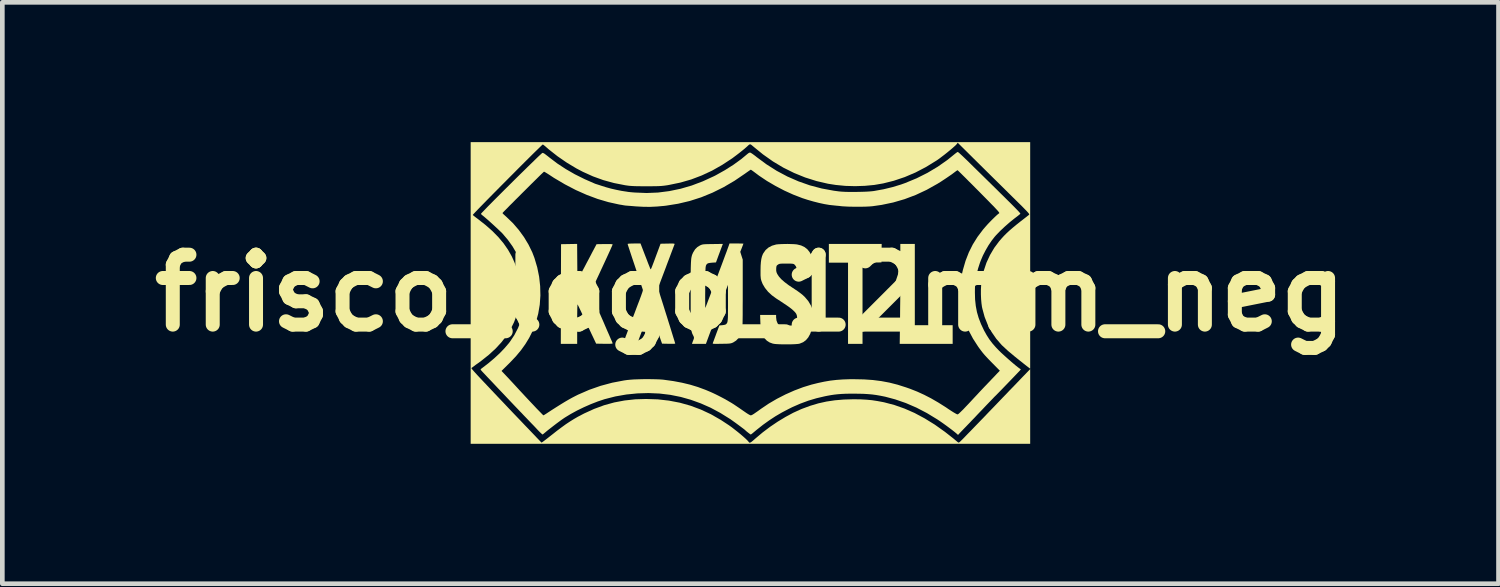
<source format=kicad_pcb>
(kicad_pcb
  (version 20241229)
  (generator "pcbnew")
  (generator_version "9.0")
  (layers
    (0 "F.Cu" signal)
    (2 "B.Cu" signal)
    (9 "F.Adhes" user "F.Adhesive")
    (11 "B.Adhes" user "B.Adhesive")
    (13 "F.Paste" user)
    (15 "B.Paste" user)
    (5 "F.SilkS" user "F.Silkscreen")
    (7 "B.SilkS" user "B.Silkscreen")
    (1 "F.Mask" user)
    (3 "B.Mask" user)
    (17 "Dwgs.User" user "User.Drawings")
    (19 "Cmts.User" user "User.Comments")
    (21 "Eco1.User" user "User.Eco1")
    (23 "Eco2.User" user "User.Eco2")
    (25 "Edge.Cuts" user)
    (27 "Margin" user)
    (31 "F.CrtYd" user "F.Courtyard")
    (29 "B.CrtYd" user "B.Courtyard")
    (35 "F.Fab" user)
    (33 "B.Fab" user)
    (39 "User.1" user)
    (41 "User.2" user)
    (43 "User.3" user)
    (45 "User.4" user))
  (footprint "frisco_logo_12mm_neg"
    (layer "F.Cu")
    (at 13.05 3.236)
    (property "Reference" "frisco_logo_12mm_neg" (at 0 0 0) (layer "F.SilkS") (effects (font (size 1.5 1.5) (thickness 0.3))))
    (attr board_only exclude_from_pos_files exclude_from_bom)
    (fp_poly (pts (xy 2.813 -0.854) (xy 2.811 -0.656) (xy 2.608 -0.654) (xy 2.405 -0.651) (xy 2.405 0.221) (xy 2.405 1.092) (xy 2.249 1.092) (xy 2.094 1.092) (xy 2.094 0.22) (xy 2.094 -0.651) (xy 1.889 -0.651) (xy 1.683 -0.651) (xy 1.683 -0.852) (xy 1.683 -1.052) (xy 2.25 -1.052) (xy 2.816 -1.052)) (stroke (width 0) (type solid)) (fill yes) (layer "F.SilkS"))
    (fp_poly (pts (xy 3.527 -0.18) (xy 3.527 0.691) (xy 3.933 0.691) (xy 4.339 0.691) (xy 4.339 0.892) (xy 4.339 1.092) (xy 3.771 1.092) (xy 3.203 1.092) (xy 3.21 0.574) (xy 3.211 0.453) (xy 3.212 0.318) (xy 3.214 0.172) (xy 3.215 0.021) (xy 3.215 -0.13) (xy 3.216 -0.276) (xy 3.216 -0.413) (xy 3.216 -0.498) (xy 3.216 -1.052) (xy 3.372 -1.052) (xy 3.527 -1.052)) (stroke (width 0) (type solid)) (fill yes) (layer "F.SilkS"))
    (fp_poly (pts (xy -3.715 -0.66) (xy -3.712 -0.268) (xy -3.597 -0.487) (xy -3.558 -0.56) (xy -3.516 -0.641) (xy -3.473 -0.721) (xy -3.433 -0.797) (xy -3.399 -0.863) (xy -3.392 -0.876) (xy -3.301 -1.047) (xy -3.129 -1.05) (xy -3.057 -1.05) (xy -3.006 -1.05) (xy -2.972 -1.047) (xy -2.957 -1.044) (xy -2.956 -1.042) (xy -2.96 -1.031) (xy -2.972 -1.003) (xy -2.99 -0.962) (xy -3.014 -0.908) (xy -3.043 -0.845) (xy -3.076 -0.773) (xy -3.112 -0.695) (xy -3.122 -0.673) (xy -3.162 -0.587) (xy -3.203 -0.499) (xy -3.242 -0.414) (xy -3.279 -0.335) (xy -3.312 -0.264) (xy -3.339 -0.205) (xy -3.359 -0.164) (xy -3.429 -0.012) (xy -3.296 0.292) (xy -3.26 0.376) (xy -3.222 0.463) (xy -3.184 0.55) (xy -3.148 0.632) (xy -3.117 0.705) (xy -3.091 0.765) (xy -3.086 0.777) (xy -3.06 0.837) (xy -3.034 0.895) (xy -3.012 0.947) (xy -2.994 0.989) (xy -2.982 1.015) (xy -2.968 1.047) (xy -2.959 1.071) (xy -2.956 1.083) (xy -2.966 1.086) (xy -2.994 1.089) (xy -3.041 1.09) (xy -3.103 1.09) (xy -3.133 1.09) (xy -3.31 1.087) (xy -3.386 0.926) (xy -3.412 0.872) (xy -3.444 0.803) (xy -3.48 0.726) (xy -3.518 0.645) (xy -3.556 0.565) (xy -3.581 0.511) (xy -3.612 0.444) (xy -3.641 0.383) (xy -3.666 0.331) (xy -3.686 0.289) (xy -3.701 0.26) (xy -3.708 0.246) (xy -3.709 0.246) (xy -3.711 0.254) (xy -3.712 0.279) (xy -3.714 0.322) (xy -3.715 0.379) (xy -3.716 0.449) (xy -3.717 0.53) (xy -3.717 0.62) (xy -3.717 0.664) (xy -3.717 1.092) (xy -3.893 1.092) (xy -4.068 1.092) (xy -4.066 0.023) (xy -4.063 -1.047) (xy -3.89 -1.05) (xy -3.718 -1.053)) (stroke (width 0) (type solid)) (fill yes) (layer "F.SilkS"))
    (fp_poly (pts (xy -2.255 -0.794) (xy -2.228 -0.725) (xy -2.204 -0.661) (xy -2.182 -0.605) (xy -2.164 -0.56) (xy -2.152 -0.529) (xy -2.145 -0.513) (xy -2.145 -0.512) (xy -2.142 -0.509) (xy -2.139 -0.509) (xy -2.135 -0.514) (xy -2.129 -0.525) (xy -2.12 -0.545) (xy -2.108 -0.575) (xy -2.092 -0.617) (xy -2.071 -0.672) (xy -2.045 -0.742) (xy -2.013 -0.829) (xy -2.006 -0.847) (xy -1.928 -1.057) (xy -1.774 -1.06) (xy -1.716 -1.061) (xy -1.675 -1.061) (xy -1.648 -1.06) (xy -1.633 -1.057) (xy -1.627 -1.053) (xy -1.627 -1.047) (xy -1.628 -1.045) (xy -1.633 -1.032) (xy -1.644 -1.003) (xy -1.661 -0.958) (xy -1.683 -0.9) (xy -1.709 -0.831) (xy -1.738 -0.753) (xy -1.771 -0.667) (xy -1.805 -0.576) (xy -1.809 -0.564) (xy -1.984 -0.102) (xy -1.945 0.022) (xy -1.904 0.151) (xy -1.864 0.277) (xy -1.826 0.399) (xy -1.789 0.516) (xy -1.755 0.626) (xy -1.723 0.727) (xy -1.695 0.819) (xy -1.67 0.9) (xy -1.649 0.968) (xy -1.632 1.022) (xy -1.621 1.06) (xy -1.614 1.082) (xy -1.613 1.086) (xy -1.623 1.088) (xy -1.648 1.09) (xy -1.687 1.09) (xy -1.735 1.09) (xy -1.755 1.09) (xy -1.896 1.087) (xy -1.938 0.967) (xy -1.954 0.922) (xy -1.975 0.863) (xy -2 0.794) (xy -2.026 0.719) (xy -2.052 0.645) (xy -2.064 0.611) (xy -2.087 0.546) (xy -2.108 0.487) (xy -2.126 0.438) (xy -2.141 0.399) (xy -2.15 0.375) (xy -2.154 0.368) (xy -2.159 0.374) (xy -2.17 0.396) (xy -2.185 0.43) (xy -2.202 0.474) (xy -2.207 0.488) (xy -2.225 0.539) (xy -2.249 0.602) (xy -2.275 0.674) (xy -2.302 0.748) (xy -2.329 0.818) (xy -2.33 0.822) (xy -2.353 0.884) (xy -2.375 0.942) (xy -2.393 0.992) (xy -2.407 1.031) (xy -2.416 1.055) (xy -2.417 1.06) (xy -2.428 1.092) (xy -2.582 1.092) (xy -2.735 1.092) (xy -2.701 0.999) (xy -2.689 0.969) (xy -2.672 0.922) (xy -2.649 0.862) (xy -2.623 0.792) (xy -2.593 0.714) (xy -2.562 0.631) (xy -2.53 0.546) (xy -2.53 0.546) (xy -2.484 0.426) (xy -2.445 0.322) (xy -2.412 0.235) (xy -2.384 0.163) (xy -2.362 0.103) (xy -2.344 0.055) (xy -2.331 0.017) (xy -2.321 -0.011) (xy -2.314 -0.033) (xy -2.31 -0.048) (xy -2.308 -0.059) (xy -2.308 -0.066) (xy -2.309 -0.072) (xy -2.311 -0.077) (xy -2.313 -0.083) (xy -2.318 -0.099) (xy -2.329 -0.132) (xy -2.345 -0.179) (xy -2.365 -0.24) (xy -2.389 -0.312) (xy -2.416 -0.393) (xy -2.446 -0.48) (xy -2.477 -0.573) (xy -2.479 -0.579) (xy -2.51 -0.671) (xy -2.539 -0.757) (xy -2.565 -0.836) (xy -2.588 -0.906) (xy -2.607 -0.964) (xy -2.622 -1.009) (xy -2.631 -1.039) (xy -2.635 -1.052) (xy -2.635 -1.052) (xy -2.625 -1.056) (xy -2.597 -1.059) (xy -2.553 -1.061) (xy -2.496 -1.062) (xy -2.358 -1.062)) (stroke (width 0) (type solid)) (fill yes) (layer "F.SilkS"))
    (fp_poly (pts (xy 0.868 -1.05) (xy 0.931 -1.048) (xy 0.981 -1.044) (xy 1.002 -1.041) (xy 1.087 -1.02) (xy 1.161 -0.985) (xy 1.221 -0.938) (xy 1.226 -0.932) (xy 1.267 -0.881) (xy 1.299 -0.824) (xy 1.321 -0.759) (xy 1.335 -0.683) (xy 1.342 -0.592) (xy 1.343 -0.535) (xy 1.343 -0.402) (xy 1.194 -0.399) (xy 1.14 -0.398) (xy 1.093 -0.398) (xy 1.056 -0.398) (xy 1.034 -0.398) (xy 1.029 -0.399) (xy 1.018 -0.41) (xy 1.01 -0.439) (xy 1.007 -0.459) (xy 0.994 -0.525) (xy 0.973 -0.577) (xy 0.945 -0.611) (xy 0.944 -0.611) (xy 0.933 -0.619) (xy 0.918 -0.625) (xy 0.897 -0.628) (xy 0.866 -0.63) (xy 0.821 -0.631) (xy 0.772 -0.631) (xy 0.714 -0.631) (xy 0.672 -0.63) (xy 0.643 -0.628) (xy 0.622 -0.624) (xy 0.606 -0.618) (xy 0.592 -0.609) (xy 0.59 -0.608) (xy 0.571 -0.594) (xy 0.561 -0.58) (xy 0.556 -0.558) (xy 0.553 -0.524) (xy 0.553 -0.522) (xy 0.553 -0.48) (xy 0.559 -0.447) (xy 0.573 -0.413) (xy 0.578 -0.404) (xy 0.612 -0.352) (xy 0.664 -0.294) (xy 0.734 -0.233) (xy 0.82 -0.168) (xy 0.889 -0.122) (xy 0.957 -0.077) (xy 1.011 -0.041) (xy 1.054 -0.01) (xy 1.088 0.016) (xy 1.118 0.04) (xy 1.145 0.065) (xy 1.168 0.087) (xy 1.241 0.173) (xy 1.297 0.267) (xy 1.314 0.306) (xy 1.322 0.329) (xy 1.329 0.352) (xy 1.333 0.377) (xy 1.336 0.409) (xy 1.337 0.452) (xy 1.337 0.509) (xy 1.337 0.536) (xy 1.337 0.603) (xy 1.336 0.654) (xy 1.333 0.694) (xy 1.328 0.727) (xy 1.322 0.759) (xy 1.315 0.785) (xy 1.282 0.878) (xy 1.241 0.953) (xy 1.191 1.012) (xy 1.131 1.056) (xy 1.06 1.085) (xy 1.051 1.088) (xy 1.019 1.093) (xy 0.971 1.097) (xy 0.912 1.1) (xy 0.844 1.102) (xy 0.771 1.102) (xy 0.699 1.102) (xy 0.63 1.1) (xy 0.569 1.097) (xy 0.52 1.093) (xy 0.486 1.087) (xy 0.483 1.087) (xy 0.411 1.061) (xy 0.354 1.025) (xy 0.307 0.976) (xy 0.291 0.954) (xy 0.264 0.908) (xy 0.244 0.858) (xy 0.229 0.802) (xy 0.22 0.734) (xy 0.214 0.651) (xy 0.213 0.624) (xy 0.208 0.471) (xy 0.379 0.471) (xy 0.551 0.471) (xy 0.551 0.519) (xy 0.559 0.59) (xy 0.581 0.647) (xy 0.598 0.672) (xy 0.624 0.703) (xy 0.794 0.7) (xy 0.863 0.698) (xy 0.915 0.695) (xy 0.952 0.69) (xy 0.977 0.68) (xy 0.992 0.664) (xy 0.999 0.64) (xy 1.002 0.606) (xy 1.002 0.565) (xy 1.001 0.514) (xy 0.994 0.475) (xy 0.981 0.444) (xy 0.958 0.413) (xy 0.922 0.377) (xy 0.91 0.366) (xy 0.889 0.347) (xy 0.866 0.329) (xy 0.84 0.309) (xy 0.808 0.286) (xy 0.769 0.259) (xy 0.719 0.226) (xy 0.658 0.185) (xy 0.582 0.136) (xy 0.554 0.118) (xy 0.46 0.049) (xy 0.378 -0.027) (xy 0.312 -0.109) (xy 0.262 -0.193) (xy 0.238 -0.254) (xy 0.229 -0.283) (xy 0.223 -0.31) (xy 0.22 -0.34) (xy 0.217 -0.377) (xy 0.217 -0.425) (xy 0.217 -0.488) (xy 0.217 -0.496) (xy 0.219 -0.589) (xy 0.225 -0.666) (xy 0.234 -0.729) (xy 0.247 -0.783) (xy 0.265 -0.83) (xy 0.277 -0.853) (xy 0.325 -0.921) (xy 0.387 -0.975) (xy 0.463 -1.015) (xy 0.55 -1.04) (xy 0.561 -1.042) (xy 0.604 -1.046) (xy 0.661 -1.049) (xy 0.728 -1.051) (xy 0.798 -1.052)) (stroke (width 0) (type solid)) (fill yes) (layer "F.SilkS"))
    (fp_poly (pts (xy -0.248 -1.062) (xy -0.203 -1.061) (xy -0.171 -1.06) (xy -0.153 -1.059) (xy -0.15 -1.059) (xy -0.154 -1.049) (xy -0.163 -1.024) (xy -0.176 -0.99) (xy -0.184 -0.969) (xy -0.218 -0.883) (xy -0.192 -0.8) (xy -0.165 -0.716) (xy -0.165 0.015) (xy -0.165 0.155) (xy -0.166 0.277) (xy -0.166 0.381) (xy -0.166 0.47) (xy -0.167 0.544) (xy -0.168 0.606) (xy -0.169 0.657) (xy -0.17 0.697) (xy -0.171 0.73) (xy -0.173 0.756) (xy -0.176 0.776) (xy -0.179 0.792) (xy -0.182 0.806) (xy -0.183 0.809) (xy -0.214 0.896) (xy -0.255 0.967) (xy -0.308 1.022) (xy -0.371 1.062) (xy -0.376 1.064) (xy -0.395 1.072) (xy -0.414 1.078) (xy -0.437 1.083) (xy -0.467 1.086) (xy -0.507 1.088) (xy -0.561 1.089) (xy -0.62 1.09) (xy -0.687 1.091) (xy -0.736 1.092) (xy -0.771 1.091) (xy -0.792 1.09) (xy -0.804 1.087) (xy -0.809 1.083) (xy -0.808 1.077) (xy -0.807 1.076) (xy -0.802 1.06) (xy -0.79 1.03) (xy -0.775 0.989) (xy -0.757 0.94) (xy -0.75 0.922) (xy -0.731 0.869) (xy -0.712 0.819) (xy -0.696 0.776) (xy -0.685 0.746) (xy -0.683 0.741) (xy -0.665 0.696) (xy -0.605 0.691) (xy -0.569 0.686) (xy -0.54 0.679) (xy -0.527 0.672) (xy -0.516 0.662) (xy -0.506 0.651) (xy -0.499 0.638) (xy -0.493 0.62) (xy -0.489 0.596) (xy -0.486 0.563) (xy -0.483 0.52) (xy -0.482 0.464) (xy -0.482 0.394) (xy -0.481 0.307) (xy -0.481 0.213) (xy -0.482 -0.175) (xy -0.645 0.261) (xy -0.682 0.358) (xy -0.719 0.458) (xy -0.756 0.555) (xy -0.79 0.649) (xy -0.822 0.734) (xy -0.85 0.809) (xy -0.873 0.87) (xy -0.882 0.894) (xy -0.955 1.092) (xy -1.104 1.092) (xy -1.254 1.092) (xy -1.247 1.07) (xy -1.239 1.046) (xy -1.227 1.015) (xy -1.222 1.003) (xy -1.213 0.976) (xy -1.211 0.957) (xy -1.216 0.937) (xy -1.229 0.91) (xy -1.239 0.89) (xy -1.248 0.871) (xy -1.255 0.85) (xy -1.261 0.828) (xy -1.266 0.801) (xy -1.27 0.769) (xy -1.274 0.73) (xy -1.277 0.683) (xy -1.279 0.625) (xy -1.28 0.557) (xy -1.281 0.475) (xy -1.282 0.379) (xy -1.282 0.267) (xy -1.282 0.138) (xy -1.282 0.023) (xy -1.282 -0.121) (xy -1.282 -0.247) (xy -1.282 -0.356) (xy -1.281 -0.449) (xy -1.28 -0.528) (xy -1.278 -0.595) (xy -1.276 -0.65) (xy -1.273 -0.696) (xy -1.27 -0.734) (xy -1.265 -0.765) (xy -1.259 -0.791) (xy -1.253 -0.814) (xy -1.245 -0.834) (xy -1.236 -0.854) (xy -1.228 -0.871) (xy -1.188 -0.936) (xy -1.14 -0.984) (xy -1.084 -1.019) (xy -1.065 -1.028) (xy -1.047 -1.035) (xy -1.029 -1.04) (xy -1.006 -1.044) (xy -0.975 -1.046) (xy -0.934 -1.048) (xy -0.878 -1.049) (xy -0.809 -1.05) (xy -0.591 -1.053) (xy -0.606 -1.015) (xy -0.614 -0.993) (xy -0.628 -0.956) (xy -0.646 -0.908) (xy -0.666 -0.854) (xy -0.68 -0.817) (xy -0.739 -0.656) (xy -0.818 -0.651) (xy -0.867 -0.646) (xy -0.9 -0.64) (xy -0.922 -0.631) (xy -0.938 -0.617) (xy -0.95 -0.597) (xy -0.954 -0.588) (xy -0.957 -0.576) (xy -0.96 -0.559) (xy -0.963 -0.535) (xy -0.964 -0.502) (xy -0.966 -0.459) (xy -0.967 -0.403) (xy -0.968 -0.333) (xy -0.969 -0.248) (xy -0.97 -0.144) (xy -0.97 -0.121) (xy -0.97 -0.029) (xy -0.971 0.057) (xy -0.971 0.134) (xy -0.97 0.2) (xy -0.97 0.254) (xy -0.97 0.293) (xy -0.969 0.315) (xy -0.968 0.32) (xy -0.964 0.31) (xy -0.953 0.283) (xy -0.937 0.242) (xy -0.917 0.189) (xy -0.893 0.126) (xy -0.866 0.056) (xy -0.847 0.005) (xy -0.778 -0.179) (xy -0.715 -0.344) (xy -0.66 -0.49) (xy -0.612 -0.618) (xy -0.571 -0.728) (xy -0.537 -0.82) (xy -0.509 -0.894) (xy -0.489 -0.95) (xy -0.475 -0.988) (xy -0.469 -1.004) (xy -0.449 -1.062) (xy -0.3 -1.062)) (stroke (width 0) (type solid)) (fill yes) (layer "F.SilkS"))
    (fp_poly (pts (xy 6.002 -0.806) (xy 6.002 1.624) (xy 5.939 1.576) (xy 5.898 1.544) (xy 5.846 1.503) (xy 5.788 1.457) (xy 5.728 1.409) (xy 5.672 1.364) (xy 5.625 1.324) (xy 5.611 1.313) (xy 5.579 1.286) (xy 5.547 1.26) (xy 5.526 1.242) (xy 5.392 1.118) (xy 5.275 0.983) (xy 5.174 0.837) (xy 5.091 0.681) (xy 5.025 0.515) (xy 4.977 0.339) (xy 4.968 0.3) (xy 4.957 0.222) (xy 4.949 0.131) (xy 4.945 0.032) (xy 4.945 -0.069) (xy 4.95 -0.167) (xy 4.958 -0.254) (xy 4.964 -0.296) (xy 5.006 -0.476) (xy 5.064 -0.65) (xy 5.14 -0.814) (xy 5.231 -0.968) (xy 5.335 -1.108) (xy 5.387 -1.168) (xy 5.439 -1.225) (xy 5.494 -1.28) (xy 5.554 -1.336) (xy 5.622 -1.395) (xy 5.699 -1.459) (xy 5.788 -1.53) (xy 5.876 -1.598) (xy 5.912 -1.626) (xy 5.944 -1.651) (xy 5.968 -1.67) (xy 5.975 -1.676) (xy 5.979 -1.679) (xy 5.982 -1.684) (xy 5.981 -1.69) (xy 5.977 -1.698) (xy 5.968 -1.711) (xy 5.954 -1.728) (xy 5.933 -1.751) (xy 5.905 -1.78) (xy 5.868 -1.818) (xy 5.822 -1.865) (xy 5.765 -1.921) (xy 5.697 -1.988) (xy 5.617 -2.067) (xy 5.524 -2.159) (xy 5.516 -2.167) (xy 5.424 -2.258) (xy 5.328 -2.353) (xy 5.229 -2.45) (xy 5.132 -2.546) (xy 5.037 -2.64) (xy 4.948 -2.728) (xy 4.866 -2.809) (xy 4.794 -2.88) (xy 4.742 -2.932) (xy 4.447 -3.224) (xy 4.426 -3.194) (xy 4.407 -3.173) (xy 4.374 -3.143) (xy 4.331 -3.105) (xy 4.28 -3.062) (xy 4.224 -3.016) (xy 4.165 -2.969) (xy 4.107 -2.925) (xy 4.052 -2.883) (xy 4.002 -2.848) (xy 3.988 -2.839) (xy 3.767 -2.703) (xy 3.541 -2.585) (xy 3.311 -2.487) (xy 3.076 -2.408) (xy 2.849 -2.351) (xy 2.657 -2.318) (xy 2.454 -2.299) (xy 2.246 -2.292) (xy 2.037 -2.298) (xy 1.831 -2.318) (xy 1.665 -2.344) (xy 1.416 -2.402) (xy 1.173 -2.479) (xy 0.937 -2.575) (xy 0.707 -2.689) (xy 0.484 -2.822) (xy 0.269 -2.974) (xy 0.076 -3.131) (xy 0.039 -3.162) (xy 0.014 -3.182) (xy -0.004 -3.19) (xy -0.019 -3.187) (xy -0.036 -3.176) (xy -0.054 -3.159) (xy -0.087 -3.129) (xy -0.132 -3.09) (xy -0.186 -3.046) (xy -0.244 -3) (xy -0.303 -2.955) (xy -0.359 -2.913) (xy -0.391 -2.889) (xy -0.606 -2.748) (xy -0.823 -2.625) (xy -1.044 -2.522) (xy -1.27 -2.436) (xy -1.502 -2.369) (xy -1.743 -2.319) (xy -1.781 -2.312) (xy -1.823 -2.306) (xy -1.863 -2.301) (xy -1.903 -2.297) (xy -1.946 -2.294) (xy -1.997 -2.292) (xy -2.058 -2.291) (xy -2.131 -2.29) (xy -2.222 -2.29) (xy -2.234 -2.29) (xy -2.327 -2.29) (xy -2.403 -2.291) (xy -2.465 -2.292) (xy -2.517 -2.294) (xy -2.561 -2.297) (xy -2.601 -2.3) (xy -2.64 -2.305) (xy -2.682 -2.311) (xy -2.688 -2.312) (xy -2.927 -2.359) (xy -3.157 -2.422) (xy -3.378 -2.502) (xy -3.595 -2.6) (xy -3.734 -2.673) (xy -3.939 -2.796) (xy -4.138 -2.933) (xy -4.326 -3.081) (xy -4.404 -3.149) (xy -4.429 -3.169) (xy -4.448 -3.183) (xy -4.455 -3.186) (xy -4.464 -3.179) (xy -4.486 -3.159) (xy -4.519 -3.127) (xy -4.563 -3.084) (xy -4.617 -3.032) (xy -4.679 -2.971) (xy -4.748 -2.902) (xy -4.824 -2.827) (xy -4.904 -2.747) (xy -4.988 -2.663) (xy -5.075 -2.575) (xy -5.164 -2.486) (xy -5.253 -2.396) (xy -5.342 -2.307) (xy -5.429 -2.219) (xy -5.513 -2.134) (xy -5.593 -2.053) (xy -5.668 -1.977) (xy -5.737 -1.906) (xy -5.799 -1.843) (xy -5.852 -1.788) (xy -5.895 -1.743) (xy -5.928 -1.708) (xy -5.949 -1.685) (xy -5.957 -1.675) (xy -5.958 -1.675) (xy -5.947 -1.665) (xy -5.924 -1.646) (xy -5.891 -1.62) (xy -5.853 -1.592) (xy -5.686 -1.461) (xy -5.538 -1.331) (xy -5.408 -1.199) (xy -5.296 -1.065) (xy -5.201 -0.928) (xy -5.121 -0.787) (xy -5.113 -0.77) (xy -5.063 -0.659) (xy -5.022 -0.548) (xy -4.987 -0.43) (xy -4.974 -0.375) (xy -4.964 -0.335) (xy -4.958 -0.301) (xy -4.953 -0.268) (xy -4.949 -0.233) (xy -4.947 -0.193) (xy -4.946 -0.142) (xy -4.946 -0.079) (xy -4.945 -0.025) (xy -4.946 0.053) (xy -4.946 0.115) (xy -4.948 0.164) (xy -4.951 0.204) (xy -4.955 0.239) (xy -4.961 0.272) (xy -4.967 0.304) (xy -5.013 0.47) (xy -5.072 0.628) (xy -5.147 0.779) (xy -5.237 0.923) (xy -5.345 1.061) (xy -5.469 1.195) (xy -5.612 1.326) (xy -5.774 1.455) (xy -5.845 1.507) (xy -5.891 1.539) (xy -5.93 1.569) (xy -5.961 1.592) (xy -5.981 1.607) (xy -5.986 1.612) (xy -5.981 1.622) (xy -5.964 1.644) (xy -5.937 1.676) (xy -5.9 1.717) (xy -5.857 1.764) (xy -5.814 1.81) (xy -5.717 1.913) (xy -5.616 2.02) (xy -5.511 2.131) (xy -5.406 2.242) (xy -5.302 2.351) (xy -5.202 2.457) (xy -5.107 2.557) (xy -5.02 2.648) (xy -4.942 2.729) (xy -4.884 2.79) (xy -4.827 2.85) (xy -4.767 2.912) (xy -4.71 2.972) (xy -4.657 3.027) (xy -4.612 3.074) (xy -4.587 3.101) (xy -4.482 3.21) (xy -4.453 3.192) (xy -4.437 3.18) (xy -4.408 3.158) (xy -4.369 3.128) (xy -4.323 3.092) (xy -4.272 3.052) (xy -4.259 3.042) (xy -4.149 2.955) (xy -4.05 2.881) (xy -3.959 2.815) (xy -3.873 2.758) (xy -3.788 2.705) (xy -3.702 2.655) (xy -3.61 2.607) (xy -3.566 2.584) (xy -3.353 2.487) (xy -3.139 2.408) (xy -2.922 2.348) (xy -2.7 2.306) (xy -2.47 2.281) (xy -2.239 2.274) (xy -1.99 2.282) (xy -1.748 2.309) (xy -1.514 2.354) (xy -1.286 2.418) (xy -1.064 2.501) (xy -0.847 2.602) (xy -0.634 2.724) (xy -0.462 2.837) (xy -0.399 2.882) (xy -0.335 2.932) (xy -0.27 2.983) (xy -0.208 3.034) (xy -0.151 3.083) (xy -0.103 3.126) (xy -0.065 3.163) (xy -0.04 3.191) (xy -0.037 3.196) (xy -0.028 3.207) (xy -0.017 3.212) (xy -0.003 3.209) (xy 0.017 3.198) (xy 0.045 3.176) (xy 0.084 3.142) (xy 0.115 3.115) (xy 0.264 2.99) (xy 0.422 2.871) (xy 0.586 2.76) (xy 0.753 2.659) (xy 0.918 2.57) (xy 1.078 2.497) (xy 1.107 2.485) (xy 1.283 2.42) (xy 1.457 2.368) (xy 1.632 2.329) (xy 1.812 2.302) (xy 2.002 2.286) (xy 2.204 2.28) (xy 2.224 2.28) (xy 2.363 2.282) (xy 2.489 2.289) (xy 2.607 2.3) (xy 2.724 2.318) (xy 2.847 2.341) (xy 2.871 2.346) (xy 3.088 2.403) (xy 3.304 2.479) (xy 3.521 2.574) (xy 3.738 2.69) (xy 3.955 2.824) (xy 4.173 2.979) (xy 4.359 3.125) (xy 4.393 3.154) (xy 4.424 3.18) (xy 4.446 3.198) (xy 4.453 3.203) (xy 4.46 3.208) (xy 4.469 3.209) (xy 4.48 3.204) (xy 4.496 3.192) (xy 4.518 3.17) (xy 4.55 3.139) (xy 4.593 3.095) (xy 4.612 3.075) (xy 4.665 3.02) (xy 4.723 2.961) (xy 4.78 2.902) (xy 4.832 2.848) (xy 4.863 2.816) (xy 4.897 2.781) (xy 4.942 2.734) (xy 4.996 2.679) (xy 5.056 2.616) (xy 5.12 2.549) (xy 5.186 2.481) (xy 5.24 2.425) (xy 5.336 2.325) (xy 5.42 2.237) (xy 5.494 2.161) (xy 5.558 2.093) (xy 5.616 2.034) (xy 5.668 1.98) (xy 5.716 1.93) (xy 5.762 1.882) (xy 5.807 1.835) (xy 5.853 1.787) (xy 5.864 1.776) (xy 6.002 1.633) (xy 6.002 2.435) (xy 6.002 3.236) (xy -0.000001 3.236) (xy -6.002 3.236) (xy -6.002 -0.000001) (xy -6.002 -3.236) (xy -0.000001 -3.236) (xy 6.002 -3.236)) (stroke (width 0) (type solid)) (fill yes) (layer "F.SilkS"))
    (fp_poly (pts (xy 4.46 -3.019) (xy 4.483 -3) (xy 4.516 -2.97) (xy 4.557 -2.932) (xy 4.605 -2.886) (xy 4.657 -2.836) (xy 4.659 -2.834) (xy 4.809 -2.686) (xy 4.945 -2.553) (xy 5.068 -2.432) (xy 5.179 -2.323) (xy 5.278 -2.226) (xy 5.365 -2.139) (xy 5.443 -2.063) (xy 5.51 -1.996) (xy 5.569 -1.938) (xy 5.619 -1.888) (xy 5.661 -1.846) (xy 5.696 -1.81) (xy 5.724 -1.781) (xy 5.746 -1.758) (xy 5.763 -1.739) (xy 5.775 -1.725) (xy 5.784 -1.715) (xy 5.788 -1.707) (xy 5.79 -1.702) (xy 5.79 -1.699) (xy 5.789 -1.696) (xy 5.786 -1.694) (xy 5.784 -1.693) (xy 5.769 -1.68) (xy 5.742 -1.658) (xy 5.707 -1.631) (xy 5.671 -1.604) (xy 5.564 -1.518) (xy 5.459 -1.426) (xy 5.359 -1.332) (xy 5.271 -1.241) (xy 5.237 -1.202) (xy 5.172 -1.118) (xy 5.106 -1.02) (xy 5.044 -0.913) (xy 4.988 -0.804) (xy 4.942 -0.696) (xy 4.925 -0.651) (xy 4.886 -0.531) (xy 4.857 -0.423) (xy 4.836 -0.32) (xy 4.823 -0.215) (xy 4.817 -0.103) (xy 4.816 -0.015) (xy 4.82 0.138) (xy 4.835 0.278) (xy 4.86 0.41) (xy 4.897 0.537) (xy 4.947 0.666) (xy 5.011 0.801) (xy 5.011 0.802) (xy 5.067 0.902) (xy 5.125 0.993) (xy 5.189 1.078) (xy 5.264 1.164) (xy 5.335 1.238) (xy 5.375 1.277) (xy 5.423 1.321) (xy 5.476 1.369) (xy 5.532 1.419) (xy 5.588 1.468) (xy 5.642 1.514) (xy 5.691 1.555) (xy 5.732 1.588) (xy 5.764 1.612) (xy 5.78 1.623) (xy 5.796 1.634) (xy 5.8 1.643) (xy 5.792 1.651) (xy 5.773 1.673) (xy 5.743 1.704) (xy 5.704 1.745) (xy 5.659 1.792) (xy 5.609 1.844) (xy 5.556 1.899) (xy 5.501 1.956) (xy 5.447 2.012) (xy 5.396 2.065) (xy 5.348 2.114) (xy 5.306 2.157) (xy 5.272 2.192) (xy 5.247 2.216) (xy 5.244 2.219) (xy 5.227 2.236) (xy 5.199 2.266) (xy 5.16 2.306) (xy 5.114 2.354) (xy 5.062 2.408) (xy 5.007 2.466) (xy 4.98 2.495) (xy 4.92 2.557) (xy 4.861 2.619) (xy 4.805 2.679) (xy 4.753 2.732) (xy 4.71 2.778) (xy 4.677 2.812) (xy 4.668 2.821) (xy 4.627 2.864) (xy 4.583 2.909) (xy 4.542 2.952) (xy 4.517 2.978) (xy 4.454 3.045) (xy 4.414 3.009) (xy 4.375 2.977) (xy 4.324 2.937) (xy 4.264 2.892) (xy 4.198 2.843) (xy 4.131 2.795) (xy 4.065 2.749) (xy 4.008 2.711) (xy 3.786 2.576) (xy 3.561 2.459) (xy 3.334 2.361) (xy 3.105 2.282) (xy 2.891 2.225) (xy 2.792 2.205) (xy 2.7 2.189) (xy 2.611 2.177) (xy 2.519 2.169) (xy 2.419 2.163) (xy 2.308 2.161) (xy 2.239 2.16) (xy 2.129 2.16) (xy 2.035 2.162) (xy 1.952 2.166) (xy 1.876 2.172) (xy 1.803 2.18) (xy 1.728 2.191) (xy 1.646 2.206) (xy 1.601 2.215) (xy 1.417 2.258) (xy 1.243 2.31) (xy 1.072 2.373) (xy 0.898 2.449) (xy 0.822 2.487) (xy 0.675 2.564) (xy 0.538 2.644) (xy 0.404 2.732) (xy 0.27 2.828) (xy 0.132 2.937) (xy 0.041 3.013) (xy 0.021 3.028) (xy 0.007 3.036) (xy 0.006 3.036) (xy -0.004 3.03) (xy -0.025 3.015) (xy -0.051 2.995) (xy -0.078 2.974) (xy -0.099 2.956) (xy -0.11 2.945) (xy -0.121 2.935) (xy -0.145 2.916) (xy -0.18 2.89) (xy -0.221 2.859) (xy -0.267 2.825) (xy -0.313 2.791) (xy -0.358 2.759) (xy -0.397 2.731) (xy -0.428 2.709) (xy -0.437 2.703) (xy -0.646 2.573) (xy -0.855 2.461) (xy -1.066 2.368) (xy -1.282 2.29) (xy -1.495 2.23) (xy -1.72 2.185) (xy -1.952 2.157) (xy -2.188 2.147) (xy -2.426 2.154) (xy -2.663 2.178) (xy -2.897 2.219) (xy -3.124 2.277) (xy -3.131 2.279) (xy -3.275 2.327) (xy -3.424 2.385) (xy -3.574 2.451) (xy -3.72 2.522) (xy -3.857 2.597) (xy -3.982 2.673) (xy -4.048 2.718) (xy -4.097 2.754) (xy -4.154 2.796) (xy -4.213 2.841) (xy -4.271 2.886) (xy -4.324 2.927) (xy -4.368 2.962) (xy -4.389 2.98) (xy -4.419 3.005) (xy -4.443 3.025) (xy -4.457 3.035) (xy -4.459 3.036) (xy -4.469 3.03) (xy -4.488 3.013) (xy -4.519 2.984) (xy -4.561 2.941) (xy -4.615 2.883) (xy -4.618 2.88) (xy -4.65 2.846) (xy -4.694 2.801) (xy -4.745 2.748) (xy -4.802 2.688) (xy -4.861 2.627) (xy -4.919 2.565) (xy -4.925 2.56) (xy -4.983 2.499) (xy -5.052 2.427) (xy -5.128 2.347) (xy -5.207 2.264) (xy -5.286 2.18) (xy -5.362 2.1) (xy -5.411 2.049) (xy -5.473 1.983) (xy -5.533 1.919) (xy -5.589 1.86) (xy -5.639 1.808) (xy -5.681 1.763) (xy -5.713 1.729) (xy -5.733 1.708) (xy -5.736 1.705) (xy -5.761 1.678) (xy -5.766 1.672) (xy -5.34 1.672) (xy -5.232 1.786) (xy -5.194 1.826) (xy -5.146 1.878) (xy -5.092 1.936) (xy -5.034 1.999) (xy -4.977 2.061) (xy -4.946 2.095) (xy -4.886 2.159) (xy -4.825 2.225) (xy -4.763 2.291) (xy -4.702 2.356) (xy -4.644 2.417) (xy -4.591 2.474) (xy -4.543 2.523) (xy -4.502 2.565) (xy -4.471 2.597) (xy -4.45 2.618) (xy -4.441 2.625) (xy -4.441 2.625) (xy -4.431 2.62) (xy -4.409 2.607) (xy -4.385 2.592) (xy -4.265 2.513) (xy -4.158 2.445) (xy -4.064 2.386) (xy -3.979 2.334) (xy -3.902 2.289) (xy -3.83 2.249) (xy -3.761 2.213) (xy -3.697 2.181) (xy -3.458 2.077) (xy -3.215 1.992) (xy -2.966 1.925) (xy -2.709 1.876) (xy -2.645 1.867) (xy -2.583 1.861) (xy -2.505 1.855) (xy -2.416 1.852) (xy -2.32 1.849) (xy -2.221 1.848) (xy -2.123 1.849) (xy -2.03 1.851) (xy -1.947 1.854) (xy -1.878 1.859) (xy -1.854 1.862) (xy -1.653 1.89) (xy -1.468 1.925) (xy -1.293 1.967) (xy -1.126 2.018) (xy -0.961 2.079) (xy -0.847 2.127) (xy -0.799 2.149) (xy -0.742 2.176) (xy -0.68 2.207) (xy -0.62 2.238) (xy -0.567 2.266) (xy -0.526 2.288) (xy -0.526 2.289) (xy -0.49 2.309) (xy -0.457 2.329) (xy -0.436 2.341) (xy -0.402 2.361) (xy -0.356 2.39) (xy -0.301 2.427) (xy -0.24 2.468) (xy -0.178 2.511) (xy -0.126 2.547) (xy -0.084 2.576) (xy -0.046 2.6) (xy -0.015 2.617) (xy 0.004 2.625) (xy 0.005 2.625) (xy 0.016 2.624) (xy 0.031 2.618) (xy 0.05 2.608) (xy 0.077 2.591) (xy 0.113 2.566) (xy 0.161 2.533) (xy 0.223 2.488) (xy 0.23 2.483) (xy 0.393 2.373) (xy 0.569 2.27) (xy 0.753 2.176) (xy 0.942 2.092) (xy 1.13 2.021) (xy 1.312 1.965) (xy 1.313 1.965) (xy 1.454 1.93) (xy 1.586 1.902) (xy 1.715 1.88) (xy 1.845 1.865) (xy 1.982 1.855) (xy 2.13 1.85) (xy 2.234 1.85) (xy 2.437 1.854) (xy 2.626 1.867) (xy 2.807 1.89) (xy 2.983 1.923) (xy 3.159 1.968) (xy 3.341 2.026) (xy 3.424 2.055) (xy 3.576 2.115) (xy 3.725 2.183) (xy 3.875 2.26) (xy 4.029 2.349) (xy 4.191 2.451) (xy 4.251 2.492) (xy 4.306 2.528) (xy 4.355 2.559) (xy 4.396 2.583) (xy 4.426 2.599) (xy 4.443 2.605) (xy 4.443 2.605) (xy 4.453 2.601) (xy 4.469 2.59) (xy 4.492 2.569) (xy 4.524 2.538) (xy 4.566 2.497) (xy 4.617 2.443) (xy 4.681 2.376) (xy 4.736 2.317) (xy 4.799 2.249) (xy 4.863 2.181) (xy 4.923 2.116) (xy 4.979 2.057) (xy 5.028 2.005) (xy 5.068 1.964) (xy 5.096 1.934) (xy 5.096 1.934) (xy 5.136 1.893) (xy 5.175 1.851) (xy 5.21 1.815) (xy 5.235 1.789) (xy 5.266 1.756) (xy 5.297 1.723) (xy 5.317 1.703) (xy 5.351 1.667) (xy 5.188 1.502) (xy 5.124 1.437) (xy 5.072 1.382) (xy 5.027 1.333) (xy 4.987 1.286) (xy 4.949 1.237) (xy 4.908 1.182) (xy 4.88 1.142) (xy 4.775 0.979) (xy 4.683 0.806) (xy 4.608 0.626) (xy 4.55 0.445) (xy 4.528 0.351) (xy 4.519 0.31) (xy 4.513 0.271) (xy 4.509 0.229) (xy 4.506 0.18) (xy 4.504 0.12) (xy 4.503 0.044) (xy 4.503 0.03) (xy 4.503 -0.068) (xy 4.505 -0.152) (xy 4.51 -0.226) (xy 4.518 -0.296) (xy 4.53 -0.366) (xy 4.546 -0.442) (xy 4.56 -0.5) (xy 4.616 -0.692) (xy 4.686 -0.872) (xy 4.771 -1.042) (xy 4.873 -1.205) (xy 4.993 -1.364) (xy 5.051 -1.431) (xy 5.093 -1.478) (xy 5.139 -1.526) (xy 5.187 -1.575) (xy 5.233 -1.62) (xy 5.274 -1.659) (xy 5.308 -1.689) (xy 5.333 -1.708) (xy 5.336 -1.71) (xy 5.339 -1.713) (xy 5.339 -1.719) (xy 5.335 -1.727) (xy 5.326 -1.74) (xy 5.311 -1.759) (xy 5.289 -1.783) (xy 5.259 -1.815) (xy 5.221 -1.856) (xy 5.172 -1.905) (xy 5.113 -1.966) (xy 5.042 -2.038) (xy 4.959 -2.122) (xy 4.905 -2.177) (xy 4.826 -2.256) (xy 4.752 -2.331) (xy 4.682 -2.4) (xy 4.62 -2.463) (xy 4.565 -2.517) (xy 4.519 -2.563) (xy 4.483 -2.598) (xy 4.458 -2.622) (xy 4.446 -2.633) (xy 4.445 -2.634) (xy 4.433 -2.629) (xy 4.411 -2.614) (xy 4.395 -2.602) (xy 4.363 -2.578) (xy 4.319 -2.545) (xy 4.265 -2.508) (xy 4.205 -2.467) (xy 4.145 -2.427) (xy 4.087 -2.389) (xy 4.034 -2.356) (xy 4.013 -2.343) (xy 3.781 -2.213) (xy 3.546 -2.103) (xy 3.307 -2.013) (xy 3.063 -1.942) (xy 2.815 -1.89) (xy 2.62 -1.862) (xy 2.56 -1.857) (xy 2.484 -1.853) (xy 2.398 -1.851) (xy 2.306 -1.85) (xy 2.213 -1.851) (xy 2.123 -1.852) (xy 2.041 -1.856) (xy 1.972 -1.86) (xy 1.944 -1.863) (xy 1.893 -1.869) (xy 1.846 -1.873) (xy 1.808 -1.877) (xy 1.789 -1.879) (xy 1.696 -1.889) (xy 1.589 -1.907) (xy 1.473 -1.932) (xy 1.351 -1.963) (xy 1.229 -1.998) (xy 1.109 -2.037) (xy 1.107 -2.038) (xy 0.918 -2.111) (xy 0.726 -2.198) (xy 0.537 -2.297) (xy 0.354 -2.404) (xy 0.184 -2.518) (xy 0.096 -2.584) (xy 0.061 -2.61) (xy 0.033 -2.63) (xy 0.014 -2.643) (xy 0.008 -2.645) (xy -0.002 -2.64) (xy -0.026 -2.624) (xy -0.059 -2.601) (xy -0.099 -2.573) (xy -0.111 -2.564) (xy -0.342 -2.407) (xy -0.576 -2.27) (xy -0.814 -2.152) (xy -1.056 -2.053) (xy -1.302 -1.974) (xy -1.552 -1.915) (xy -1.807 -1.874) (xy -1.849 -1.869) (xy -2.004 -1.855) (xy -2.149 -1.848) (xy -2.291 -1.849) (xy -2.439 -1.857) (xy -2.455 -1.858) (xy -2.516 -1.863) (xy -2.572 -1.868) (xy -2.619 -1.871) (xy -2.652 -1.874) (xy -2.67 -1.875) (xy -2.67 -1.875) (xy -2.687 -1.877) (xy -2.72 -1.882) (xy -2.763 -1.89) (xy -2.813 -1.898) (xy -2.823 -1.9) (xy -3.049 -1.95) (xy -3.279 -2.018) (xy -3.512 -2.105) (xy -3.746 -2.209) (xy -3.98 -2.331) (xy -4.214 -2.469) (xy -4.317 -2.537) (xy -4.358 -2.563) (xy -4.392 -2.584) (xy -4.417 -2.598) (xy -4.429 -2.603) (xy -4.429 -2.603) (xy -4.438 -2.595) (xy -4.459 -2.575) (xy -4.492 -2.544) (xy -4.534 -2.503) (xy -4.584 -2.453) (xy -4.641 -2.397) (xy -4.703 -2.336) (xy -4.769 -2.27) (xy -4.837 -2.202) (xy -4.906 -2.134) (xy -4.974 -2.065) (xy -5.041 -1.999) (xy -5.103 -1.936) (xy -5.161 -1.879) (xy -5.211 -1.827) (xy -5.254 -1.784) (xy -5.288 -1.75) (xy -5.31 -1.726) (xy -5.32 -1.715) (xy -5.32 -1.715) (xy -5.313 -1.706) (xy -5.294 -1.686) (xy -5.265 -1.66) (xy -5.23 -1.628) (xy -5.23 -1.628) (xy -5.094 -1.497) (xy -4.97 -1.353) (xy -4.858 -1.199) (xy -4.761 -1.038) (xy -4.68 -0.872) (xy -4.634 -0.752) (xy -4.574 -0.55) (xy -4.533 -0.348) (xy -4.511 -0.146) (xy -4.506 0.055) (xy -4.52 0.252) (xy -4.553 0.445) (xy -4.604 0.632) (xy -4.673 0.813) (xy -4.678 0.825) (xy -4.747 0.963) (xy -4.828 1.096) (xy -4.921 1.226) (xy -5.03 1.357) (xy -5.156 1.49) (xy -5.171 1.505) (xy -5.34 1.672) (xy -5.766 1.672) (xy -5.78 1.656) (xy -5.789 1.644) (xy -5.789 1.644) (xy -5.784 1.634) (xy -5.766 1.617) (xy -5.749 1.605) (xy -5.619 1.505) (xy -5.495 1.4) (xy -5.378 1.292) (xy -5.274 1.183) (xy -5.184 1.078) (xy -5.158 1.044) (xy -5.065 0.904) (xy -4.986 0.752) (xy -4.921 0.589) (xy -4.871 0.419) (xy -4.836 0.244) (xy -4.817 0.067) (xy -4.814 -0.11) (xy -4.827 -0.283) (xy -4.845 -0.389) (xy -4.885 -0.543) (xy -4.943 -0.698) (xy -5.017 -0.852) (xy -5.105 -1.002) (xy -5.206 -1.143) (xy -5.317 -1.273) (xy -5.329 -1.286) (xy -5.361 -1.317) (xy -5.403 -1.357) (xy -5.452 -1.403) (xy -5.506 -1.453) (xy -5.561 -1.503) (xy -5.615 -1.552) (xy -5.665 -1.595) (xy -5.708 -1.632) (xy -5.741 -1.659) (xy -5.754 -1.669) (xy -5.772 -1.685) (xy -5.781 -1.698) (xy -5.781 -1.698) (xy -5.774 -1.708) (xy -5.754 -1.73) (xy -5.722 -1.763) (xy -5.68 -1.807) (xy -5.628 -1.861) (xy -5.567 -1.922) (xy -5.5 -1.99) (xy -5.427 -2.063) (xy -5.349 -2.141) (xy -5.268 -2.222) (xy -5.185 -2.304) (xy -5.101 -2.388) (xy -5.017 -2.471) (xy -4.935 -2.552) (xy -4.855 -2.63) (xy -4.78 -2.704) (xy -4.709 -2.773) (xy -4.645 -2.835) (xy -4.589 -2.89) (xy -4.542 -2.935) (xy -4.504 -2.97) (xy -4.478 -2.994) (xy -4.464 -3.005) (xy -4.463 -3.006) (xy -4.45 -3.004) (xy -4.435 -2.998) (xy -4.415 -2.986) (xy -4.387 -2.965) (xy -4.348 -2.935) (xy -4.318 -2.911) (xy -4.146 -2.78) (xy -3.963 -2.66) (xy -3.767 -2.547) (xy -3.556 -2.442) (xy -3.332 -2.344) (xy -3.305 -2.335) (xy -3.291 -2.331) (xy -3.273 -2.325) (xy -3.241 -2.315) (xy -3.203 -2.302) (xy -3.196 -2.3) (xy -3.098 -2.269) (xy -2.989 -2.239) (xy -2.875 -2.213) (xy -2.765 -2.191) (xy -2.72 -2.184) (xy -2.681 -2.178) (xy -2.647 -2.173) (xy -2.625 -2.169) (xy -2.606 -2.167) (xy -2.571 -2.163) (xy -2.526 -2.159) (xy -2.475 -2.155) (xy -2.471 -2.155) (xy -2.227 -2.145) (xy -1.983 -2.155) (xy -1.741 -2.186) (xy -1.499 -2.236) (xy -1.259 -2.306) (xy -1.021 -2.396) (xy -0.784 -2.505) (xy -0.746 -2.524) (xy -0.546 -2.636) (xy -0.363 -2.752) (xy -0.195 -2.874) (xy -0.081 -2.969) (xy -0.049 -2.995) (xy -0.027 -3.009) (xy -0.009 -3.012) (xy -0.001 -3.011) (xy 0.015 -3.003) (xy 0.044 -2.984) (xy 0.08 -2.958) (xy 0.121 -2.927) (xy 0.127 -2.921) (xy 0.342 -2.762) (xy 0.564 -2.621) (xy 0.793 -2.499) (xy 1.031 -2.395) (xy 1.276 -2.309) (xy 1.53 -2.242) (xy 1.791 -2.194) (xy 1.904 -2.179) (xy 1.962 -2.174) (xy 2.036 -2.17) (xy 2.12 -2.168) (xy 2.212 -2.168) (xy 2.306 -2.169) (xy 2.398 -2.171) (xy 2.485 -2.174) (xy 2.563 -2.179) (xy 2.627 -2.185) (xy 2.655 -2.189) (xy 2.859 -2.226) (xy 3.049 -2.272) (xy 3.23 -2.327) (xy 3.322 -2.36) (xy 3.566 -2.461) (xy 3.799 -2.578) (xy 4.02 -2.71) (xy 4.227 -2.855) (xy 4.369 -2.97) (xy 4.4 -2.995) (xy 4.427 -3.015) (xy 4.445 -3.025) (xy 4.449 -3.026)) (stroke (width 0) (type solid)) (fill yes) (layer "F.SilkS")))
  (gr_rect
    (start -3 -3)
    (end 29.1 9.473)
    (stroke (width 0.1) (type default))
    (fill no)
    (layer "Edge.Cuts")))
</source>
